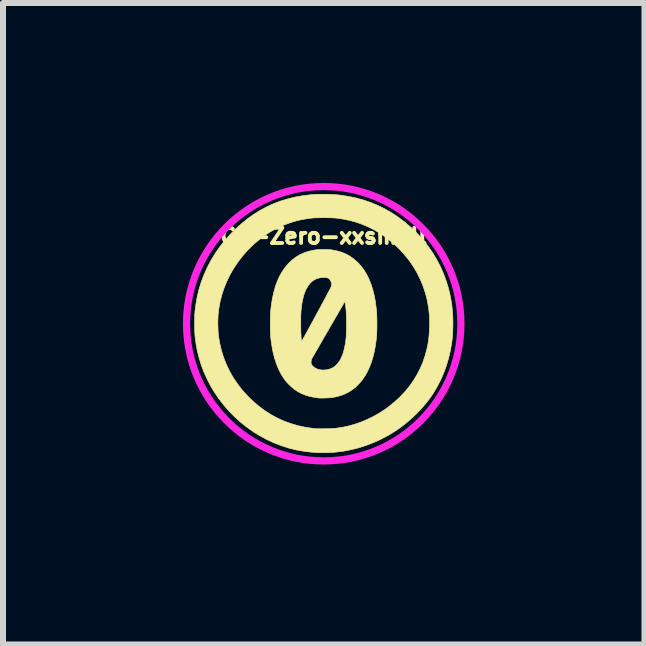
<source format=kicad_pcb>
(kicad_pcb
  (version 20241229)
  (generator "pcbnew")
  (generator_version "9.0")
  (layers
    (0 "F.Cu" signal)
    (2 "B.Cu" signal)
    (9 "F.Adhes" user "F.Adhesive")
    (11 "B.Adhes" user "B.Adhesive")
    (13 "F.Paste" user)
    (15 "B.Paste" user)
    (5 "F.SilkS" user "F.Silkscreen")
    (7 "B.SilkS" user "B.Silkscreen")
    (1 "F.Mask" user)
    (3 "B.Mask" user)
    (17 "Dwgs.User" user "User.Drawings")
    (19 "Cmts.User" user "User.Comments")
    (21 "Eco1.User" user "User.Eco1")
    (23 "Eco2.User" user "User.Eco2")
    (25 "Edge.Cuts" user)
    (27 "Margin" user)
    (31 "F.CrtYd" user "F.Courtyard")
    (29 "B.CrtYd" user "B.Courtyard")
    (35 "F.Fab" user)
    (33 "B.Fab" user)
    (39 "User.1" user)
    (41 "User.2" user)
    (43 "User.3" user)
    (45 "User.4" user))
  (footprint "CC-Zero-xxsmall"
    (layer "F.Cu")
    (at 2.347 2.347)
    (property "Reference" "CC-Zero-xxsmall" (at -0.002 -1.46 0) (layer "F.SilkS") (effects (font (size 0.254 0.254) (thickness 0.064))))
    (attr through_hole)
    (fp_poly (pts (xy 0.022 -2.158) (xy 0.092 -2.157) (xy 0.161 -2.153) (xy 0.226 -2.149) (xy 0.273 -2.144) (xy 0.407 -2.124) (xy 0.538 -2.097) (xy 0.665 -2.062) (xy 0.789 -2.019) (xy 0.909 -1.969) (xy 1.025 -1.911) (xy 1.138 -1.846) (xy 1.248 -1.772) (xy 1.355 -1.691) (xy 1.458 -1.602) (xy 1.558 -1.505) (xy 1.583 -1.479) (xy 1.669 -1.383) (xy 1.748 -1.282) (xy 1.821 -1.175) (xy 1.887 -1.064) (xy 1.947 -0.949) (xy 1.999 -0.829) (xy 2.044 -0.707) (xy 2.082 -0.581) (xy 2.112 -0.452) (xy 2.134 -0.321) (xy 2.137 -0.294) (xy 2.146 -0.207) (xy 2.152 -0.116) (xy 2.154 -0.022) (xy 2.153 0.072) (xy 2.149 0.165) (xy 2.142 0.253) (xy 2.134 0.318) (xy 2.111 0.45) (xy 2.08 0.58) (xy 2.043 0.705) (xy 1.998 0.827) (xy 1.947 0.944) (xy 1.888 1.056) (xy 1.823 1.164) (xy 1.805 1.192) (xy 1.761 1.253) (xy 1.717 1.311) (xy 1.67 1.367) (xy 1.62 1.424) (xy 1.564 1.482) (xy 1.53 1.516) (xy 1.443 1.597) (xy 1.357 1.67) (xy 1.269 1.737) (xy 1.178 1.799) (xy 1.082 1.857) (xy 0.981 1.911) (xy 0.961 1.922) (xy 0.836 1.979) (xy 0.71 2.028) (xy 0.583 2.069) (xy 0.453 2.101) (xy 0.322 2.126) (xy 0.187 2.142) (xy 0.142 2.146) (xy 0.122 2.147) (xy 0.096 2.148) (xy 0.065 2.149) (xy 0.032 2.149) (xy -0.003 2.15) (xy -0.036 2.15) (xy -0.068 2.15) (xy -0.095 2.149) (xy -0.117 2.148) (xy -0.129 2.148) (xy -0.14 2.147) (xy -0.157 2.145) (xy -0.178 2.144) (xy -0.2 2.142) (xy -0.201 2.142) (xy -0.328 2.127) (xy -0.454 2.105) (xy -0.579 2.074) (xy -0.702 2.035) (xy -0.823 1.989) (xy -0.941 1.935) (xy -1.056 1.873) (xy -1.162 1.809) (xy -1.273 1.731) (xy -1.379 1.648) (xy -1.479 1.558) (xy -1.573 1.464) (xy -1.66 1.365) (xy -1.741 1.261) (xy -1.816 1.152) (xy -1.884 1.04) (xy -1.944 0.924) (xy -1.998 0.805) (xy -2.044 0.682) (xy -2.082 0.557) (xy -2.112 0.43) (xy -2.125 0.36) (xy -2.132 0.314) (xy -2.138 0.272) (xy -2.143 0.233) (xy -2.147 0.194) (xy -2.149 0.155) (xy -2.151 0.113) (xy -2.152 0.067) (xy -2.153 0.015) (xy -2.153 0) (xy -2.152 -0.03) (xy -1.765 -0.03) (xy -1.765 0.02) (xy -1.763 0.071) (xy -1.761 0.119) (xy -1.758 0.164) (xy -1.754 0.203) (xy -1.753 0.214) (xy -1.732 0.335) (xy -1.704 0.453) (xy -1.667 0.568) (xy -1.623 0.679) (xy -1.571 0.788) (xy -1.512 0.893) (xy -1.444 0.994) (xy -1.37 1.092) (xy -1.287 1.185) (xy -1.259 1.214) (xy -1.169 1.302) (xy -1.074 1.381) (xy -0.976 1.453) (xy -0.874 1.518) (xy -0.768 1.575) (xy -0.659 1.624) (xy -0.546 1.665) (xy -0.43 1.699) (xy -0.311 1.725) (xy -0.188 1.743) (xy -0.121 1.75) (xy -0.103 1.751) (xy -0.079 1.751) (xy -0.05 1.751) (xy -0.016 1.751) (xy 0.02 1.75) (xy 0.057 1.75) (xy 0.093 1.749) (xy 0.127 1.747) (xy 0.158 1.746) (xy 0.183 1.744) (xy 0.202 1.743) (xy 0.205 1.742) (xy 0.319 1.725) (xy 0.428 1.701) (xy 0.533 1.67) (xy 0.638 1.633) (xy 0.742 1.588) (xy 0.765 1.577) (xy 0.858 1.529) (xy 0.944 1.479) (xy 1.026 1.425) (xy 1.082 1.384) (xy 1.179 1.305) (xy 1.269 1.222) (xy 1.352 1.135) (xy 1.427 1.044) (xy 1.495 0.948) (xy 1.555 0.849) (xy 1.608 0.746) (xy 1.654 0.639) (xy 1.691 0.528) (xy 1.722 0.413) (xy 1.742 0.311) (xy 1.749 0.258) (xy 1.756 0.199) (xy 1.76 0.136) (xy 1.764 0.072) (xy 1.765 0.007) (xy 1.765 -0.055) (xy 1.764 -0.112) (xy 1.761 -0.146) (xy 1.747 -0.27) (xy 1.726 -0.39) (xy 1.696 -0.507) (xy 1.658 -0.622) (xy 1.613 -0.733) (xy 1.56 -0.841) (xy 1.499 -0.945) (xy 1.45 -1.018) (xy 1.395 -1.092) (xy 1.334 -1.165) (xy 1.267 -1.238) (xy 1.196 -1.307) (xy 1.123 -1.371) (xy 1.05 -1.429) (xy 1.046 -1.432) (xy 0.949 -1.5) (xy 0.851 -1.559) (xy 0.75 -1.611) (xy 0.646 -1.655) (xy 0.539 -1.693) (xy 0.428 -1.723) (xy 0.312 -1.746) (xy 0.22 -1.76) (xy 0.193 -1.762) (xy 0.159 -1.764) (xy 0.12 -1.766) (xy 0.077 -1.767) (xy 0.031 -1.768) (xy -0.015 -1.768) (xy -0.06 -1.767) (xy -0.104 -1.766) (xy -0.143 -1.765) (xy -0.178 -1.763) (xy -0.206 -1.76) (xy -0.212 -1.76) (xy -0.269 -1.752) (xy -0.324 -1.743) (xy -0.374 -1.734) (xy -0.419 -1.724) (xy -0.453 -1.716) (xy -0.564 -1.682) (xy -0.67 -1.643) (xy -0.77 -1.598) (xy -0.866 -1.547) (xy -0.959 -1.489) (xy -1.049 -1.424) (xy -1.137 -1.351) (xy -1.183 -1.309) (xy -1.273 -1.22) (xy -1.355 -1.126) (xy -1.431 -1.028) (xy -1.499 -0.926) (xy -1.56 -0.821) (xy -1.613 -0.713) (xy -1.659 -0.601) (xy -1.697 -0.487) (xy -1.727 -0.37) (xy -1.749 -0.251) (xy -1.76 -0.161) (xy -1.762 -0.123) (xy -1.764 -0.079) (xy -1.765 -0.03) (xy -2.152 -0.03) (xy -2.152 -0.048) (xy -2.152 -0.09) (xy -2.151 -0.127) (xy -2.15 -0.16) (xy -2.147 -0.191) (xy -2.145 -0.223) (xy -2.141 -0.256) (xy -2.136 -0.292) (xy -2.133 -0.313) (xy -2.111 -0.444) (xy -2.08 -0.572) (xy -2.041 -0.698) (xy -1.994 -0.821) (xy -1.94 -0.942) (xy -1.878 -1.059) (xy -1.809 -1.173) (xy -1.732 -1.283) (xy -1.648 -1.39) (xy -1.557 -1.492) (xy -1.482 -1.568) (xy -1.382 -1.659) (xy -1.279 -1.743) (xy -1.175 -1.818) (xy -1.067 -1.886) (xy -0.956 -1.946) (xy -0.842 -1.999) (xy -0.724 -2.044) (xy -0.602 -2.081) (xy -0.476 -2.112) (xy -0.345 -2.135) (xy -0.239 -2.148) (xy -0.181 -2.153) (xy -0.117 -2.157) (xy -0.049 -2.158) (xy 0.022 -2.158)) (stroke (width 0.01) (type solid)) (fill yes) (layer "F.SilkS"))
    (fp_poly (pts (xy 0.056 -1.237) (xy 0.097 -1.235) (xy 0.132 -1.232) (xy 0.142 -1.23) (xy 0.223 -1.214) (xy 0.298 -1.192) (xy 0.369 -1.163) (xy 0.434 -1.127) (xy 0.496 -1.084) (xy 0.554 -1.034) (xy 0.577 -1.012) (xy 0.63 -0.952) (xy 0.678 -0.886) (xy 0.721 -0.813) (xy 0.759 -0.735) (xy 0.792 -0.65) (xy 0.82 -0.559) (xy 0.844 -0.461) (xy 0.863 -0.356) (xy 0.877 -0.244) (xy 0.881 -0.203) (xy 0.883 -0.182) (xy 0.884 -0.153) (xy 0.885 -0.119) (xy 0.886 -0.081) (xy 0.887 -0.041) (xy 0.887 -0.000335) (xy 0.887 0) (xy 0.887 0.056) (xy 0.886 0.105) (xy 0.884 0.149) (xy 0.882 0.19) (xy 0.879 0.229) (xy 0.875 0.269) (xy 0.869 0.311) (xy 0.867 0.326) (xy 0.85 0.433) (xy 0.827 0.534) (xy 0.799 0.628) (xy 0.766 0.716) (xy 0.729 0.798) (xy 0.686 0.873) (xy 0.639 0.941) (xy 0.587 1.002) (xy 0.531 1.057) (xy 0.47 1.105) (xy 0.404 1.145) (xy 0.334 1.179) (xy 0.323 1.183) (xy 0.285 1.196) (xy 0.241 1.209) (xy 0.196 1.22) (xy 0.151 1.229) (xy 0.144 1.23) (xy 0.126 1.232) (xy 0.102 1.234) (xy 0.073 1.236) (xy 0.043 1.237) (xy 0.011 1.238) (xy -0.019 1.239) (xy -0.046 1.239) (xy -0.068 1.239) (xy -0.083 1.238) (xy -0.165 1.226) (xy -0.241 1.21) (xy -0.312 1.188) (xy -0.377 1.161) (xy -0.438 1.128) (xy -0.495 1.089) (xy -0.549 1.043) (xy -0.58 1.013) (xy -0.604 0.988) (xy -0.624 0.966) (xy -0.642 0.944) (xy -0.659 0.921) (xy -0.676 0.895) (xy -0.719 0.825) (xy -0.757 0.748) (xy -0.791 0.664) (xy -0.8 0.634) (xy -0.211 0.634) (xy -0.21 0.66) (xy -0.206 0.675) (xy -0.193 0.696) (xy -0.174 0.717) (xy -0.147 0.735) (xy -0.116 0.751) (xy -0.094 0.76) (xy -0.077 0.764) (xy -0.056 0.768) (xy -0.033 0.771) (xy -0.012 0.772) (xy 0.003 0.772) (xy 0.004 0.772) (xy 0.014 0.771) (xy 0.029 0.77) (xy 0.041 0.769) (xy 0.077 0.762) (xy 0.115 0.75) (xy 0.151 0.733) (xy 0.167 0.723) (xy 0.205 0.693) (xy 0.239 0.656) (xy 0.27 0.612) (xy 0.296 0.56) (xy 0.32 0.501) (xy 0.339 0.435) (xy 0.355 0.361) (xy 0.358 0.345) (xy 0.363 0.312) (xy 0.367 0.282) (xy 0.371 0.251) (xy 0.374 0.219) (xy 0.376 0.186) (xy 0.377 0.149) (xy 0.378 0.107) (xy 0.379 0.06) (xy 0.379 0.005) (xy 0.379 -0.002) (xy 0.379 -0.06) (xy 0.378 -0.11) (xy 0.377 -0.154) (xy 0.375 -0.193) (xy 0.372 -0.229) (xy 0.369 -0.263) (xy 0.365 -0.296) (xy 0.36 -0.329) (xy 0.358 -0.339) (xy 0.356 -0.355) (xy 0.354 -0.363) (xy 0.352 -0.366) (xy 0.349 -0.364) (xy 0.346 -0.36) (xy 0.343 -0.354) (xy 0.335 -0.341) (xy 0.324 -0.321) (xy 0.309 -0.297) (xy 0.292 -0.267) (xy 0.272 -0.232) (xy 0.249 -0.194) (xy 0.225 -0.151) (xy 0.199 -0.107) (xy 0.172 -0.059) (xy 0.143 -0.01) (xy 0.114 0.04) (xy 0.084 0.092) (xy 0.055 0.143) (xy 0.025 0.194) (xy -0.004 0.244) (xy -0.032 0.293) (xy -0.059 0.34) (xy -0.084 0.384) (xy -0.108 0.425) (xy -0.13 0.463) (xy -0.149 0.496) (xy -0.165 0.524) (xy -0.179 0.548) (xy -0.189 0.565) (xy -0.195 0.576) (xy -0.197 0.58) (xy -0.207 0.607) (xy -0.211 0.634) (xy -0.8 0.634) (xy -0.82 0.573) (xy -0.845 0.475) (xy -0.864 0.372) (xy -0.88 0.261) (xy -0.886 0.203) (xy -0.887 0.177) (xy -0.889 0.144) (xy -0.89 0.106) (xy -0.891 0.063) (xy -0.891 0.019) (xy -0.891 -0.016) (xy -0.383 -0.016) (xy -0.383 0.027) (xy -0.383 0.069) (xy -0.382 0.111) (xy -0.381 0.15) (xy -0.379 0.186) (xy -0.378 0.219) (xy -0.376 0.246) (xy -0.374 0.268) (xy -0.371 0.283) (xy -0.369 0.289) (xy -0.369 0.29) (xy -0.368 0.291) (xy -0.368 0.291) (xy -0.366 0.289) (xy -0.365 0.287) (xy -0.362 0.282) (xy -0.358 0.276) (xy -0.352 0.267) (xy -0.346 0.255) (xy -0.337 0.239) (xy -0.326 0.22) (xy -0.314 0.197) (xy -0.298 0.169) (xy -0.281 0.137) (xy -0.26 0.099) (xy -0.236 0.056) (xy -0.21 0.006) (xy -0.179 -0.049) (xy -0.145 -0.112) (xy -0.118 -0.163) (xy -0.087 -0.219) (xy -0.057 -0.274) (xy -0.029 -0.327) (xy -0.002 -0.376) (xy 0.023 -0.423) (xy 0.046 -0.466) (xy 0.066 -0.504) (xy 0.084 -0.538) (xy 0.099 -0.566) (xy 0.111 -0.589) (xy 0.119 -0.606) (xy 0.124 -0.615) (xy 0.125 -0.618) (xy 0.131 -0.649) (xy 0.129 -0.68) (xy 0.118 -0.71) (xy 0.101 -0.738) (xy 0.095 -0.745) (xy 0.084 -0.755) (xy 0.07 -0.762) (xy 0.052 -0.767) (xy 0.03 -0.77) (xy 0.000137 -0.771) (xy -0.005 -0.771) (xy -0.057 -0.767) (xy -0.105 -0.756) (xy -0.149 -0.737) (xy -0.19 -0.71) (xy -0.226 -0.676) (xy -0.259 -0.634) (xy -0.289 -0.585) (xy -0.303 -0.555) (xy -0.322 -0.507) (xy -0.338 -0.455) (xy -0.352 -0.398) (xy -0.364 -0.335) (xy -0.373 -0.265) (xy -0.378 -0.224) (xy -0.379 -0.2) (xy -0.381 -0.17) (xy -0.382 -0.136) (xy -0.383 -0.098) (xy -0.383 -0.058) (xy -0.383 -0.016) (xy -0.891 -0.016) (xy -0.891 -0.026) (xy -0.89 -0.07) (xy -0.89 -0.112) (xy -0.889 -0.149) (xy -0.887 -0.182) (xy -0.886 -0.203) (xy -0.873 -0.318) (xy -0.855 -0.425) (xy -0.833 -0.525) (xy -0.807 -0.619) (xy -0.775 -0.706) (xy -0.739 -0.787) (xy -0.698 -0.861) (xy -0.651 -0.929) (xy -0.6 -0.991) (xy -0.581 -1.012) (xy -0.525 -1.065) (xy -0.465 -1.11) (xy -0.401 -1.149) (xy -0.332 -1.181) (xy -0.259 -1.206) (xy -0.18 -1.224) (xy -0.146 -1.23) (xy -0.113 -1.234) (xy -0.074 -1.237) (xy -0.031 -1.238) (xy 0.013 -1.238) (xy 0.056 -1.237)) (stroke (width 0.01) (type solid)) (fill yes) (layer "F.SilkS"))
    (fp_circle (center 0 0) (end 2.287 0) (stroke (width 0.12) (type solid)) (fill no) (layer "F.CrtYd")))
  (gr_rect
    (start -3 -3)
    (end 7.694 7.694)
    (stroke (width 0.1) (type default))
    (fill no)
    (layer "Edge.Cuts")))
</source>
